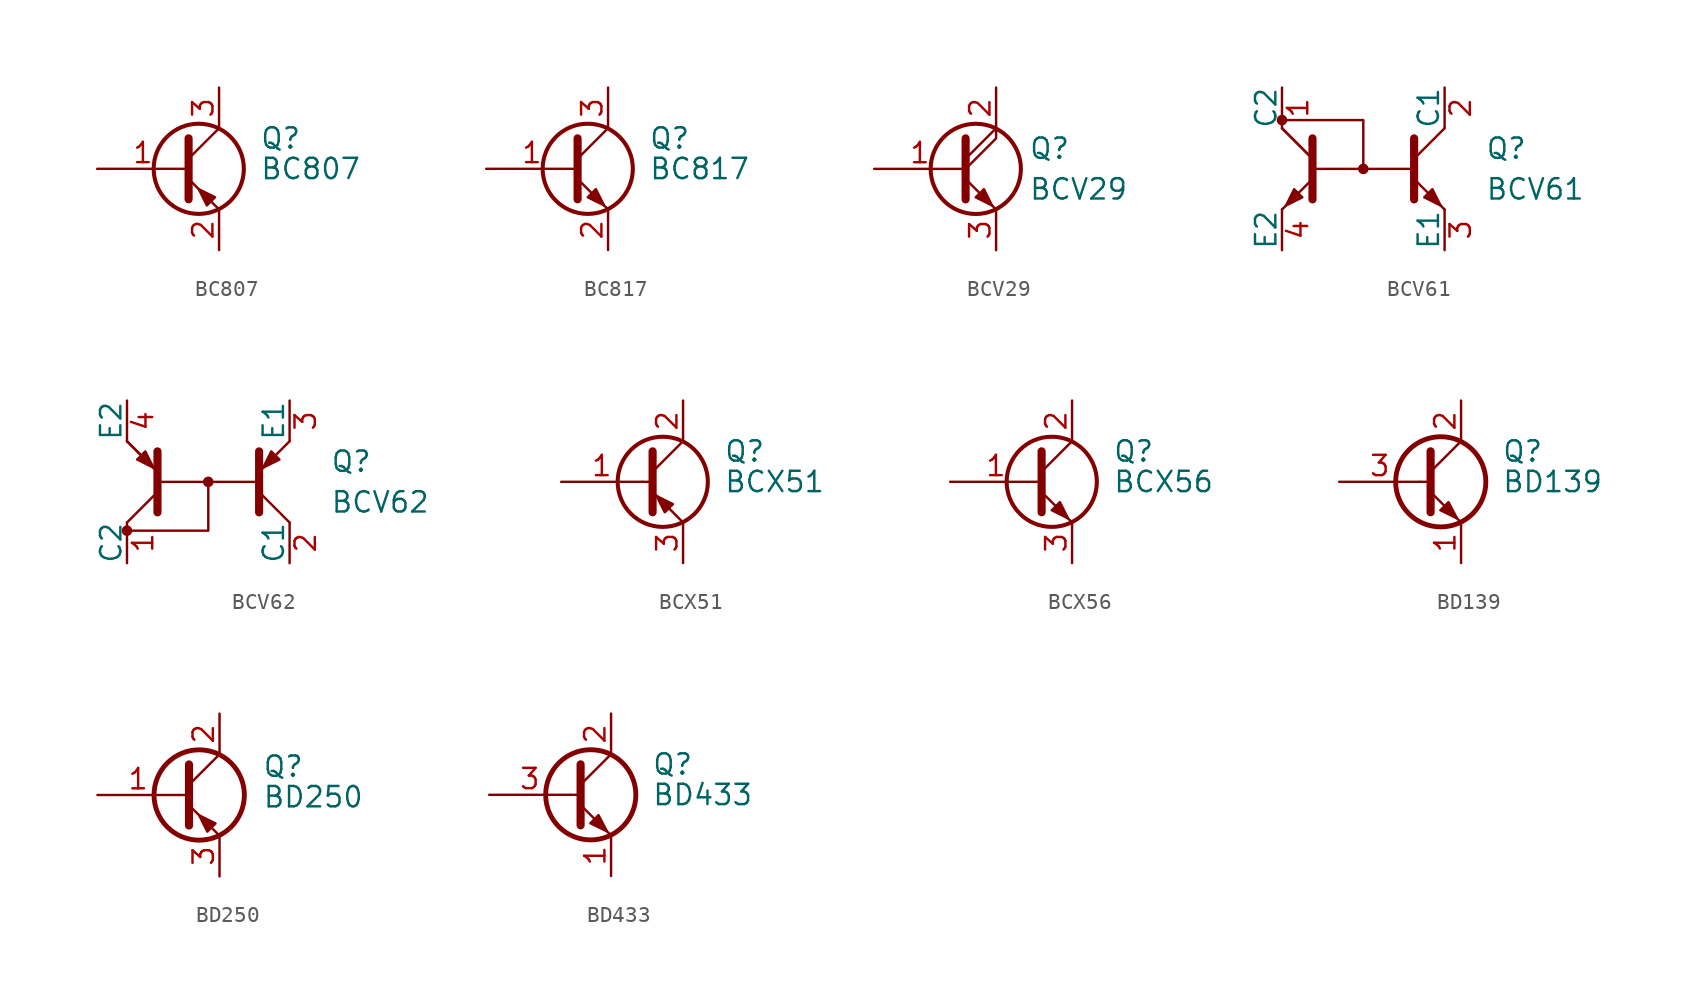
<source format=kicad_sym>
(kicad_symbol_lib
  (version 20211014)
  (generator kicad_symbol_editor)
  (symbol "BC807"
    (pin_names
      (offset 0) hide)
    (property "Reference" "Q"
      (at 5.08 1.905 0)
      (effects (font (size 1.27 1.27)) (justify left)))
    (property "Value" "BC807"
      (at 5.08 0 0)
      (effects (font (size 1.27 1.27)) (justify left)))
    (symbol "BC807_0_1"
      (polyline (pts (xy 0.635 0.635) (xy 2.54 2.54)) (stroke (width 0) (type default) (color 0 0 0 0)) (fill (type none)))
      (polyline (pts (xy 0.635 -0.635) (xy 2.54 -2.54) (xy 2.54 -2.54)) (stroke (width 0) (type default) (color 0 0 0 0)) (fill (type none)))
      (polyline (pts (xy 0.635 1.905) (xy 0.635 -1.905) (xy 0.635 -1.905)) (stroke (width 0.508) (type default) (color 0 0 0 0)) (fill (type none)))
      (polyline (pts (xy 2.286 -1.778) (xy 1.778 -2.286) (xy 1.27 -1.27) (xy 2.286 -1.778) (xy 2.286 -1.778)) (stroke (width 0) (type default) (color 0 0 0 0)) (fill (type outline)))
      (circle (center 1.27 0) (radius 2.819) (stroke (width 0.254) (type default) (color 0 0 0 0)) (fill (type none))))
    (symbol "BC807_1_1"
      (pin input line (at -5.08 0 0) (length 5.715) (name "B" (effects (font (size 1.27 1.27)))) (number "1" (effects (font (size 1.27 1.27)))))
      (pin passive line (at 2.54 -5.08 90) (length 2.54) (name "E" (effects (font (size 1.27 1.27)))) (number "2" (effects (font (size 1.27 1.27)))))
      (pin passive line (at 2.54 5.08 270) (length 2.54) (name "C" (effects (font (size 1.27 1.27)))) (number "3" (effects (font (size 1.27 1.27)))))))
  (symbol "BC817"
    (pin_names
      (offset 0) hide)
    (property "Reference" "Q"
      (at 5.08 1.905 0)
      (effects (font (size 1.27 1.27)) (justify left)))
    (property "Value" "BC817"
      (at 5.08 0 0)
      (effects (font (size 1.27 1.27)) (justify left)))
    (symbol "BC817_0_1"
      (polyline (pts (xy 0.635 0.635) (xy 2.54 2.54)) (stroke (width 0) (type default) (color 0 0 0 0)) (fill (type none)))
      (polyline (pts (xy 0.635 -0.635) (xy 2.54 -2.54) (xy 2.54 -2.54)) (stroke (width 0) (type default) (color 0 0 0 0)) (fill (type none)))
      (polyline (pts (xy 0.635 1.905) (xy 0.635 -1.905) (xy 0.635 -1.905)) (stroke (width 0.508) (type default) (color 0 0 0 0)) (fill (type none)))
      (polyline (pts (xy 1.27 -1.778) (xy 1.778 -1.27) (xy 2.286 -2.286) (xy 1.27 -1.778) (xy 1.27 -1.778)) (stroke (width 0) (type default) (color 0 0 0 0)) (fill (type outline)))
      (circle (center 1.27 0) (radius 2.819) (stroke (width 0.254) (type default) (color 0 0 0 0)) (fill (type none))))
    (symbol "BC817_1_1"
      (pin input line (at -5.08 0 0) (length 5.715) (name "B" (effects (font (size 1.27 1.27)))) (number "1" (effects (font (size 1.27 1.27)))))
      (pin passive line (at 2.54 -5.08 90) (length 2.54) (name "E" (effects (font (size 1.27 1.27)))) (number "2" (effects (font (size 1.27 1.27)))))
      (pin passive line (at 2.54 5.08 270) (length 2.54) (name "C" (effects (font (size 1.27 1.27)))) (number "3" (effects (font (size 1.27 1.27)))))))
  (symbol "BCV29"
    (pin_names
      (offset 0) hide)
    (property "Reference" "Q"
      (at 4.572 1.27 0)
      (effects (font (size 1.27 1.27)) (justify left)))
    (property "Value" "BCV29"
      (at 4.572 -1.27 0)
      (effects (font (size 1.27 1.27)) (justify left)))
    (symbol "BCV29_0_1"
      (polyline (pts (xy 0.635 0.635) (xy 2.54 2.54)) (stroke (width 0) (type default) (color 0 0 0 0)) (fill (type none)))
      (polyline (pts (xy 0.635 -0.635) (xy 2.54 -2.54) (xy 2.54 -2.54)) (stroke (width 0) (type default) (color 0 0 0 0)) (fill (type none)))
      (polyline (pts (xy 0.635 0) (xy 2.54 1.905) (xy 2.54 2.54)) (stroke (width 0) (type default) (color 0 0 0 0)) (fill (type none)))
      (polyline (pts (xy 0.635 1.905) (xy 0.635 -1.905) (xy 0.635 -1.905)) (stroke (width 0.508) (type default) (color 0 0 0 0)) (fill (type none)))
      (polyline (pts (xy 1.27 -1.778) (xy 1.778 -1.27) (xy 2.286 -2.286) (xy 1.27 -1.778) (xy 1.27 -1.778)) (stroke (width 0) (type default) (color 0 0 0 0)) (fill (type outline)))
      (circle (center 1.27 0) (radius 2.819) (stroke (width 0.254) (type default) (color 0 0 0 0)) (fill (type none))))
    (symbol "BCV29_1_1"
      (pin input line (at -5.08 0 0) (length 5.715) (name "B" (effects (font (size 1.27 1.27)))) (number "1" (effects (font (size 1.27 1.27)))))
      (pin passive line (at 2.54 5.08 270) (length 2.54) (name "C" (effects (font (size 1.27 1.27)))) (number "2" (effects (font (size 1.27 1.27)))))
      (pin passive line (at 2.54 -5.08 90) (length 2.54) (name "E" (effects (font (size 1.27 1.27)))) (number "3" (effects (font (size 1.27 1.27)))))))
  (symbol "BCV61"
    (pin_names
      (offset 0))
    (property "Reference" "Q"
      (at 7.62 1.27 0)
      (effects (font (size 1.27 1.27)) (justify left)))
    (property "Value" "BCV61"
      (at 7.62 -1.27 0)
      (effects (font (size 1.27 1.27)) (justify left)))
    (symbol "BCV61_0_1"
      (circle (center -5.08 3.048) (radius 0.254) (stroke (width 0) (type default) (color 0 0 0 0)) (fill (type outline)))
      (polyline (pts (xy -5.08 -2.54) (xy -3.175 -0.635)) (stroke (width 0) (type default) (color 0 0 0 0)) (fill (type none)))
      (polyline (pts (xy -5.08 2.54) (xy -3.175 0.635)) (stroke (width 0) (type default) (color 0 0 0 0)) (fill (type none)))
      (polyline (pts (xy -5.08 2.54) (xy -3.175 0.635)) (stroke (width 0) (type default) (color 0 0 0 0)) (fill (type none)))
      (polyline (pts (xy 3.175 0) (xy -3.175 0)) (stroke (width 0) (type default) (color 0 0 0 0)) (fill (type none)))
      (polyline (pts (xy 5.08 -2.54) (xy 3.175 -0.635)) (stroke (width 0) (type default) (color 0 0 0 0)) (fill (type none)))
      (polyline (pts (xy 5.08 2.54) (xy 3.175 0.635)) (stroke (width 0) (type default) (color 0 0 0 0)) (fill (type none)))
      (polyline (pts (xy -3.175 -1.905) (xy -3.175 1.905) (xy -3.175 1.905)) (stroke (width 0.508) (type default) (color 0 0 0 0)) (fill (type outline)))
      (polyline (pts (xy 0 0) (xy 0 3.048) (xy -5.08 3.048)) (stroke (width 0) (type default) (color 0 0 0 0)) (fill (type none)))
      (polyline (pts (xy 3.175 -1.905) (xy 3.175 1.905) (xy 3.175 1.905)) (stroke (width 0.508) (type default) (color 0 0 0 0)) (fill (type outline)))
      (polyline (pts (xy -3.81 -1.778) (xy -4.318 -1.27) (xy -4.826 -2.286) (xy -3.81 -1.778) (xy -3.81 -1.778)) (stroke (width 0) (type default) (color 0 0 0 0)) (fill (type outline)))
      (polyline (pts (xy 3.81 -1.778) (xy 4.318 -1.27) (xy 4.826 -2.286) (xy 3.81 -1.778) (xy 3.81 -1.778)) (stroke (width 0) (type default) (color 0 0 0 0)) (fill (type outline)))
      (circle (center 0 0) (radius 0.254) (stroke (width 0) (type default) (color 0 0 0 0)) (fill (type outline))))
    (symbol "BCV61_1_1"
      (pin passive line (at -5.08 5.08 270) (length 2.54) (name "C2" (effects (font (size 1.27 1.27)))) (number "1" (effects (font (size 1.27 1.27)))))
      (pin passive line (at 5.08 5.08 270) (length 2.54) (name "C1" (effects (font (size 1.27 1.27)))) (number "2" (effects (font (size 1.27 1.27)))))
      (pin passive line (at 5.08 -5.08 90) (length 2.54) (name "E1" (effects (font (size 1.27 1.27)))) (number "3" (effects (font (size 1.27 1.27)))))
      (pin passive line (at -5.08 -5.08 90) (length 2.54) (name "E2" (effects (font (size 1.27 1.27)))) (number "4" (effects (font (size 1.27 1.27)))))))
  (symbol "BCV62"
    (pin_names
      (offset 0))
    (property "Reference" "Q"
      (at 7.62 1.27 0)
      (effects (font (size 1.27 1.27)) (justify left)))
    (property "Value" "BCV62"
      (at 7.62 -1.27 0)
      (effects (font (size 1.27 1.27)) (justify left)))
    (symbol "BCV62_0_1"
      (circle (center -5.08 -3.048) (radius 0.254) (stroke (width 0) (type default) (color 0 0 0 0)) (fill (type outline)))
      (polyline (pts (xy -5.08 -2.54) (xy -3.175 -0.635)) (stroke (width 0) (type default) (color 0 0 0 0)) (fill (type none)))
      (polyline (pts (xy -5.08 2.54) (xy -3.175 0.635)) (stroke (width 0) (type default) (color 0 0 0 0)) (fill (type none)))
      (polyline (pts (xy -5.08 2.54) (xy -3.175 0.635)) (stroke (width 0) (type default) (color 0 0 0 0)) (fill (type none)))
      (polyline (pts (xy 3.175 0) (xy -3.175 0)) (stroke (width 0) (type default) (color 0 0 0 0)) (fill (type none)))
      (polyline (pts (xy 5.08 -2.54) (xy 3.175 -0.635)) (stroke (width 0) (type default) (color 0 0 0 0)) (fill (type none)))
      (polyline (pts (xy 5.08 2.54) (xy 3.175 0.635)) (stroke (width 0) (type default) (color 0 0 0 0)) (fill (type none)))
      (polyline (pts (xy -3.175 -1.905) (xy -3.175 1.905) (xy -3.175 1.905)) (stroke (width 0.508) (type default) (color 0 0 0 0)) (fill (type outline)))
      (polyline (pts (xy 0 0) (xy 0 -3.048) (xy -5.08 -3.048)) (stroke (width 0) (type default) (color 0 0 0 0)) (fill (type none)))
      (polyline (pts (xy 3.175 -1.905) (xy 3.175 1.905) (xy 3.175 1.905)) (stroke (width 0.508) (type default) (color 0 0 0 0)) (fill (type outline)))
      (polyline (pts (xy -3.937 1.905) (xy -4.445 1.397) (xy -3.429 0.889) (xy -3.937 1.905) (xy -3.937 1.905)) (stroke (width 0) (type default) (color 0 0 0 0)) (fill (type outline)))
      (polyline (pts (xy 3.937 1.905) (xy 4.445 1.397) (xy 3.429 0.889) (xy 3.937 1.905) (xy 3.937 1.905)) (stroke (width 0) (type default) (color 0 0 0 0)) (fill (type outline)))
      (circle (center 0 0) (radius 0.254) (stroke (width 0) (type default) (color 0 0 0 0)) (fill (type outline))))
    (symbol "BCV62_1_1"
      (pin passive line (at -5.08 -5.08 90) (length 2.54) (name "C2" (effects (font (size 1.27 1.27)))) (number "1" (effects (font (size 1.27 1.27)))))
      (pin passive line (at 5.08 -5.08 90) (length 2.54) (name "C1" (effects (font (size 1.27 1.27)))) (number "2" (effects (font (size 1.27 1.27)))))
      (pin passive line (at 5.08 5.08 270) (length 2.54) (name "E1" (effects (font (size 1.27 1.27)))) (number "3" (effects (font (size 1.27 1.27)))))
      (pin passive line (at -5.08 5.08 270) (length 2.54) (name "E2" (effects (font (size 1.27 1.27)))) (number "4" (effects (font (size 1.27 1.27)))))))
  (symbol "BCX51"
    (pin_names
      (offset 0) hide)
    (property "Reference" "Q"
      (at 5.08 1.905 0)
      (effects (font (size 1.27 1.27)) (justify left)))
    (property "Value" "BCX51"
      (at 5.08 0 0)
      (effects (font (size 1.27 1.27)) (justify left)))
    (symbol "BCX51_0_1"
      (polyline (pts (xy 0 0) (xy 0.635 0)) (stroke (width 0) (type default) (color 0 0 0 0)) (fill (type none)))
      (polyline (pts (xy 2.54 -2.54) (xy 0.635 -0.635)) (stroke (width 0) (type default) (color 0 0 0 0)) (fill (type none)))
      (polyline (pts (xy 2.54 2.54) (xy 0.635 0.635)) (stroke (width 0) (type default) (color 0 0 0 0)) (fill (type none)))
      (polyline (pts (xy 0.635 1.905) (xy 0.635 -1.905) (xy 0.635 -1.905)) (stroke (width 0.508) (type default) (color 0 0 0 0)) (fill (type outline)))
      (polyline (pts (xy 1.397 -1.905) (xy 1.905 -1.397) (xy 0.889 -0.889) (xy 1.397 -1.905) (xy 1.397 -1.905)) (stroke (width 0) (type default) (color 0 0 0 0)) (fill (type outline)))
      (circle (center 1.27 0) (radius 2.819) (stroke (width 0.254) (type default) (color 0 0 0 0)) (fill (type none))))
    (symbol "BCX51_1_1"
      (pin input line (at -5.08 0 0) (length 5.08) (name "B" (effects (font (size 1.27 1.27)))) (number "1" (effects (font (size 1.27 1.27)))))
      (pin passive line (at 2.54 5.08 270) (length 2.54) (name "C" (effects (font (size 1.27 1.27)))) (number "2" (effects (font (size 1.27 1.27)))))
      (pin passive line (at 2.54 -5.08 90) (length 2.54) (name "E" (effects (font (size 1.27 1.27)))) (number "3" (effects (font (size 1.27 1.27)))))))
  (symbol "BCX56"
    (pin_names
      (offset 0) hide)
    (property "Reference" "Q"
      (at 5.08 1.905 0)
      (effects (font (size 1.27 1.27)) (justify left)))
    (property "Value" "BCX56"
      (at 5.08 0 0)
      (effects (font (size 1.27 1.27)) (justify left)))
    (symbol "BCX56_0_1"
      (polyline (pts (xy 0.635 0.635) (xy 2.54 2.54)) (stroke (width 0) (type default) (color 0 0 0 0)) (fill (type none)))
      (polyline (pts (xy 0.635 -0.635) (xy 2.54 -2.54) (xy 2.54 -2.54)) (stroke (width 0) (type default) (color 0 0 0 0)) (fill (type none)))
      (polyline (pts (xy 0.635 1.905) (xy 0.635 -1.905) (xy 0.635 -1.905)) (stroke (width 0.508) (type default) (color 0 0 0 0)) (fill (type none)))
      (polyline (pts (xy 1.27 -1.778) (xy 1.778 -1.27) (xy 2.286 -2.286) (xy 1.27 -1.778) (xy 1.27 -1.778)) (stroke (width 0) (type default) (color 0 0 0 0)) (fill (type outline)))
      (circle (center 1.27 0) (radius 2.819) (stroke (width 0.254) (type default) (color 0 0 0 0)) (fill (type none))))
    (symbol "BCX56_1_1"
      (pin input line (at -5.08 0 0) (length 5.715) (name "B" (effects (font (size 1.27 1.27)))) (number "1" (effects (font (size 1.27 1.27)))))
      (pin passive line (at 2.54 5.08 270) (length 2.54) (name "C" (effects (font (size 1.27 1.27)))) (number "2" (effects (font (size 1.27 1.27)))))
      (pin passive line (at 2.54 -5.08 90) (length 2.54) (name "E" (effects (font (size 1.27 1.27)))) (number "3" (effects (font (size 1.27 1.27)))))))
  (symbol "BD139"
    (pin_names
      (offset 0) hide)
    (property "Reference" "Q"
      (at 5.08 1.905 0)
      (effects (font (size 1.27 1.27)) (justify left)))
    (property "Value" "BD139"
      (at 5.08 0 0)
      (effects (font (size 1.27 1.27)) (justify left)))
    (symbol "BD139_0_1"
      (polyline (pts (xy 0 0) (xy 0.635 0)) (stroke (width 0) (type default) (color 0 0 0 0)) (fill (type none)))
      (polyline (pts (xy 2.54 -2.54) (xy 0.635 -0.635)) (stroke (width 0) (type default) (color 0 0 0 0)) (fill (type none)))
      (polyline (pts (xy 2.54 2.54) (xy 0.635 0.635)) (stroke (width 0) (type default) (color 0 0 0 0)) (fill (type none)))
      (polyline (pts (xy 0.635 1.905) (xy 0.635 -1.905) (xy 0.635 -1.905)) (stroke (width 0.508) (type default) (color 0 0 0 0)) (fill (type outline)))
      (polyline (pts (xy 1.245 -1.778) (xy 1.753 -1.27) (xy 2.286 -2.286) (xy 1.245 -1.778) (xy 1.245 -1.778)) (stroke (width 0) (type default) (color 0 0 0 0)) (fill (type outline)))
      (circle (center 1.27 0) (radius 2.819) (stroke (width 0.305) (type default) (color 0 0 0 0)) (fill (type none))))
    (symbol "BD139_1_1"
      (pin passive line (at 2.54 -5.08 90) (length 2.54) (name "E" (effects (font (size 1.27 1.27)))) (number "1" (effects (font (size 1.27 1.27)))))
      (pin passive line (at 2.54 5.08 270) (length 2.54) (name "C" (effects (font (size 1.27 1.27)))) (number "2" (effects (font (size 1.27 1.27)))))
      (pin input line (at -5.08 0 0) (length 5.08) (name "B" (effects (font (size 1.27 1.27)))) (number "3" (effects (font (size 1.27 1.27)))))))
  (symbol "BD250"
    (pin_names
      (offset 0) hide)
    (property "Reference" "Q"
      (at 5.207 1.778 0)
      (effects (font (size 1.27 1.27)) (justify left)))
    (property "Value" "BD250"
      (at 5.207 -0.127 0)
      (effects (font (size 1.27 1.27)) (justify left)))
    (symbol "BD250_0_1"
      (polyline (pts (xy 0 0) (xy 0.635 0)) (stroke (width 0) (type default) (color 0 0 0 0)) (fill (type none)))
      (polyline (pts (xy 2.54 2.54) (xy 0.635 0.635)) (stroke (width 0) (type default) (color 0 0 0 0)) (fill (type none)))
      (polyline (pts (xy 0.635 -0.635) (xy 2.54 -2.54) (xy 2.54 -2.54)) (stroke (width 0) (type default) (color 0 0 0 0)) (fill (type none)))
      (polyline (pts (xy 0.635 1.905) (xy 0.635 -1.905) (xy 0.635 -1.905)) (stroke (width 0.508) (type default) (color 0 0 0 0)) (fill (type none)))
      (polyline (pts (xy 1.778 -2.286) (xy 2.286 -1.778) (xy 1.27 -1.27) (xy 1.778 -2.286) (xy 1.778 -2.286)) (stroke (width 0) (type default) (color 0 0 0 0)) (fill (type outline)))
      (circle (center 1.27 0) (radius 2.819) (stroke (width 0.305) (type default) (color 0 0 0 0)) (fill (type none))))
    (symbol "BD250_1_1"
      (pin input line (at -5.08 0 0) (length 5.08) (name "B" (effects (font (size 1.27 1.27)))) (number "1" (effects (font (size 1.27 1.27)))))
      (pin passive line (at 2.54 5.08 270) (length 2.54) (name "C" (effects (font (size 1.27 1.27)))) (number "2" (effects (font (size 1.27 1.27)))))
      (pin passive line (at 2.54 -5.08 90) (length 2.54) (name "E" (effects (font (size 1.27 1.27)))) (number "3" (effects (font (size 1.27 1.27)))))))
  (symbol "BD433"
    (pin_names
      (offset 0) hide)
    (property "Reference" "Q"
      (at 5.08 1.905 0)
      (effects (font (size 1.27 1.27)) (justify left)))
    (property "Value" "BD433"
      (at 5.08 0 0)
      (effects (font (size 1.27 1.27)) (justify left)))
    (symbol "BD433_0_1"
      (polyline (pts (xy 0 0) (xy 0.635 0)) (stroke (width 0) (type default) (color 0 0 0 0)) (fill (type none)))
      (polyline (pts (xy 2.54 -2.54) (xy 0.635 -0.635)) (stroke (width 0) (type default) (color 0 0 0 0)) (fill (type none)))
      (polyline (pts (xy 2.54 2.54) (xy 0.635 0.635)) (stroke (width 0) (type default) (color 0 0 0 0)) (fill (type none)))
      (polyline (pts (xy 0.635 1.905) (xy 0.635 -1.905) (xy 0.635 -1.905)) (stroke (width 0.508) (type default) (color 0 0 0 0)) (fill (type outline)))
      (polyline (pts (xy 1.245 -1.778) (xy 1.753 -1.27) (xy 2.286 -2.286) (xy 1.245 -1.778) (xy 1.245 -1.778)) (stroke (width 0) (type default) (color 0 0 0 0)) (fill (type outline)))
      (circle (center 1.27 0) (radius 2.819) (stroke (width 0.305) (type default) (color 0 0 0 0)) (fill (type none))))
    (symbol "BD433_1_1"
      (pin passive line (at 2.54 -5.08 90) (length 2.54) (name "E" (effects (font (size 1.27 1.27)))) (number "1" (effects (font (size 1.27 1.27)))))
      (pin passive line (at 2.54 5.08 270) (length 2.54) (name "C" (effects (font (size 1.27 1.27)))) (number "2" (effects (font (size 1.27 1.27)))))
      (pin input line (at -5.08 0 0) (length 5.08) (name "B" (effects (font (size 1.27 1.27)))) (number "3" (effects (font (size 1.27 1.27))))))))
</source>
